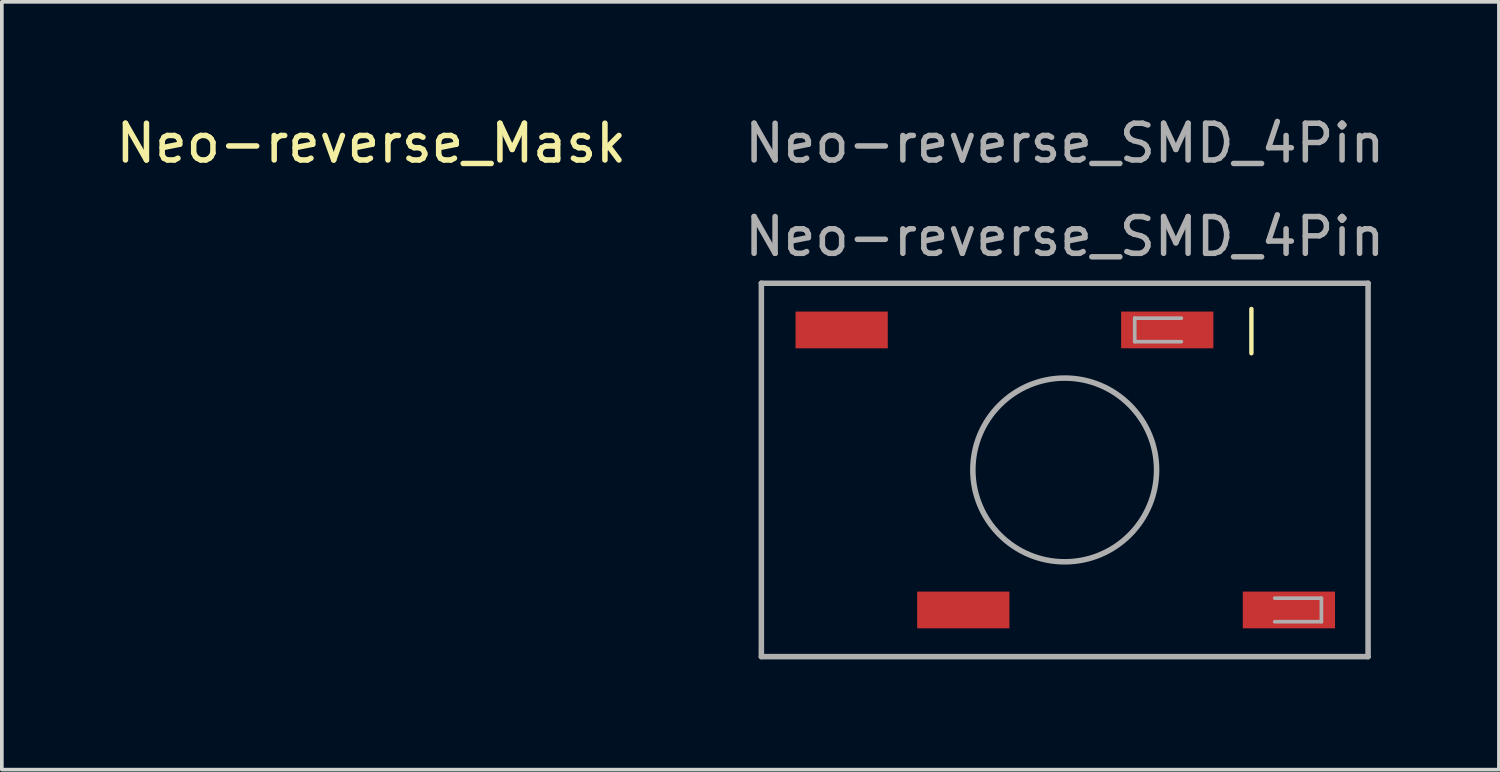
<source format=kicad_pcb>
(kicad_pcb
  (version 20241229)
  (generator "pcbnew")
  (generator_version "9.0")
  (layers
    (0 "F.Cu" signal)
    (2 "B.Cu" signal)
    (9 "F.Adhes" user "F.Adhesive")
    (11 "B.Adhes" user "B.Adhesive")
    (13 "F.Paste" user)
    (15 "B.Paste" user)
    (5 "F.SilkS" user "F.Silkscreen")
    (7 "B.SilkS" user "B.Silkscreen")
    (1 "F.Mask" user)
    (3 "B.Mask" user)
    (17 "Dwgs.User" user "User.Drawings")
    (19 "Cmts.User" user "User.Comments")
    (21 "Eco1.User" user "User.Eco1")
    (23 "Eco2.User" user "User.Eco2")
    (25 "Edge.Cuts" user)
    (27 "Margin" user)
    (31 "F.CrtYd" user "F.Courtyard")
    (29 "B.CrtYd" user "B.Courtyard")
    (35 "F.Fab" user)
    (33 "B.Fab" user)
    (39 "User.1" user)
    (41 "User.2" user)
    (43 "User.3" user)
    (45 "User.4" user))
  (footprint "Neo-reverse_Mask"
    (layer "F.Cu")
    (at 7.054 4.658)
    (property "Reference" "Neo-reverse_Mask" (at 0 -3.81 0) (layer "F.SilkS") (effects (font (size 1 1) (thickness 0.15))))
    (attr through_hole)
    (pad "" connect circle (at 0 0) (size 5 5) (layers "F.Mask")))
  (footprint "Neo-reverse_SMD_4Pin"
    (layer "F.Cu")
    (at 25.923 9.738)
    (property "Reference" "Neo-reverse_SMD_4Pin" (at 0 -8.89 0) (layer "F.Fab") (effects (font (size 1 1) (thickness 0.15))))
    (attr smd)
    (fp_line (start 5.08 -4.38) (end 5.08 -3.175) (stroke (width 0.12) (type solid)) (layer "F.SilkS"))
    (fp_line (start -8.255 -5.08) (end -8.255 5.08) (stroke (width 0.15) (type solid)) (layer "F.Fab"))
    (fp_line (start -8.255 5.08) (end 8.255 5.08) (stroke (width 0.15) (type solid)) (layer "F.Fab"))
    (fp_line (start 1.905 -4.13) (end 1.905 -3.49) (stroke (width 0.1) (type solid)) (layer "F.Fab"))
    (fp_line (start 1.905 -3.49) (end 3.175 -3.49) (stroke (width 0.1) (type solid)) (layer "F.Fab"))
    (fp_line (start 3.175 -4.13) (end 1.905 -4.13) (stroke (width 0.1) (type solid)) (layer "F.Fab"))
    (fp_line (start 5.715 3.49) (end 6.985 3.49) (stroke (width 0.1) (type solid)) (layer "F.Fab"))
    (fp_line (start 6.985 3.49) (end 6.985 4.13) (stroke (width 0.1) (type solid)) (layer "F.Fab"))
    (fp_line (start 6.985 4.13) (end 5.715 4.13) (stroke (width 0.1) (type solid)) (layer "F.Fab"))
    (fp_line (start 8.255 -5.08) (end -8.255 -5.08) (stroke (width 0.15) (type solid)) (layer "F.Fab"))
    (fp_line (start 8.255 5.08) (end 8.255 -5.08) (stroke (width 0.15) (type solid)) (layer "F.Fab"))
    (fp_circle (center 0 0) (end 2.5 0) (stroke (width 0.15) (type solid)) (fill no) (layer "F.Fab"))
    (fp_text user "${REFERENCE}" (at 0 -6.35 180) (layer "F.Fab") (effects (font (size 1 1) (thickness 0.15))))
    (pad "1" smd rect (at -6.07 -3.81) (size 2.51 1) (layers "F.Cu" "F.Mask" "F.Paste"))
    (pad "2" smd rect (at -2.76 3.81) (size 2.51 1) (layers "F.Cu" "F.Mask" "F.Paste"))
    (pad "3" smd rect (at 6.1 3.81) (size 2.51 1) (layers "F.Cu" "F.Mask" "F.Paste"))
    (pad "4" smd rect (at 2.79 -3.81) (size 2.51 1) (layers "F.Cu" "F.Mask" "F.Paste")))
  (gr_rect
    (start -3 -3)
    (end 37.738 17.893)
    (stroke (width 0.1) (type default))
    (fill no)
    (layer "Edge.Cuts")))
</source>
